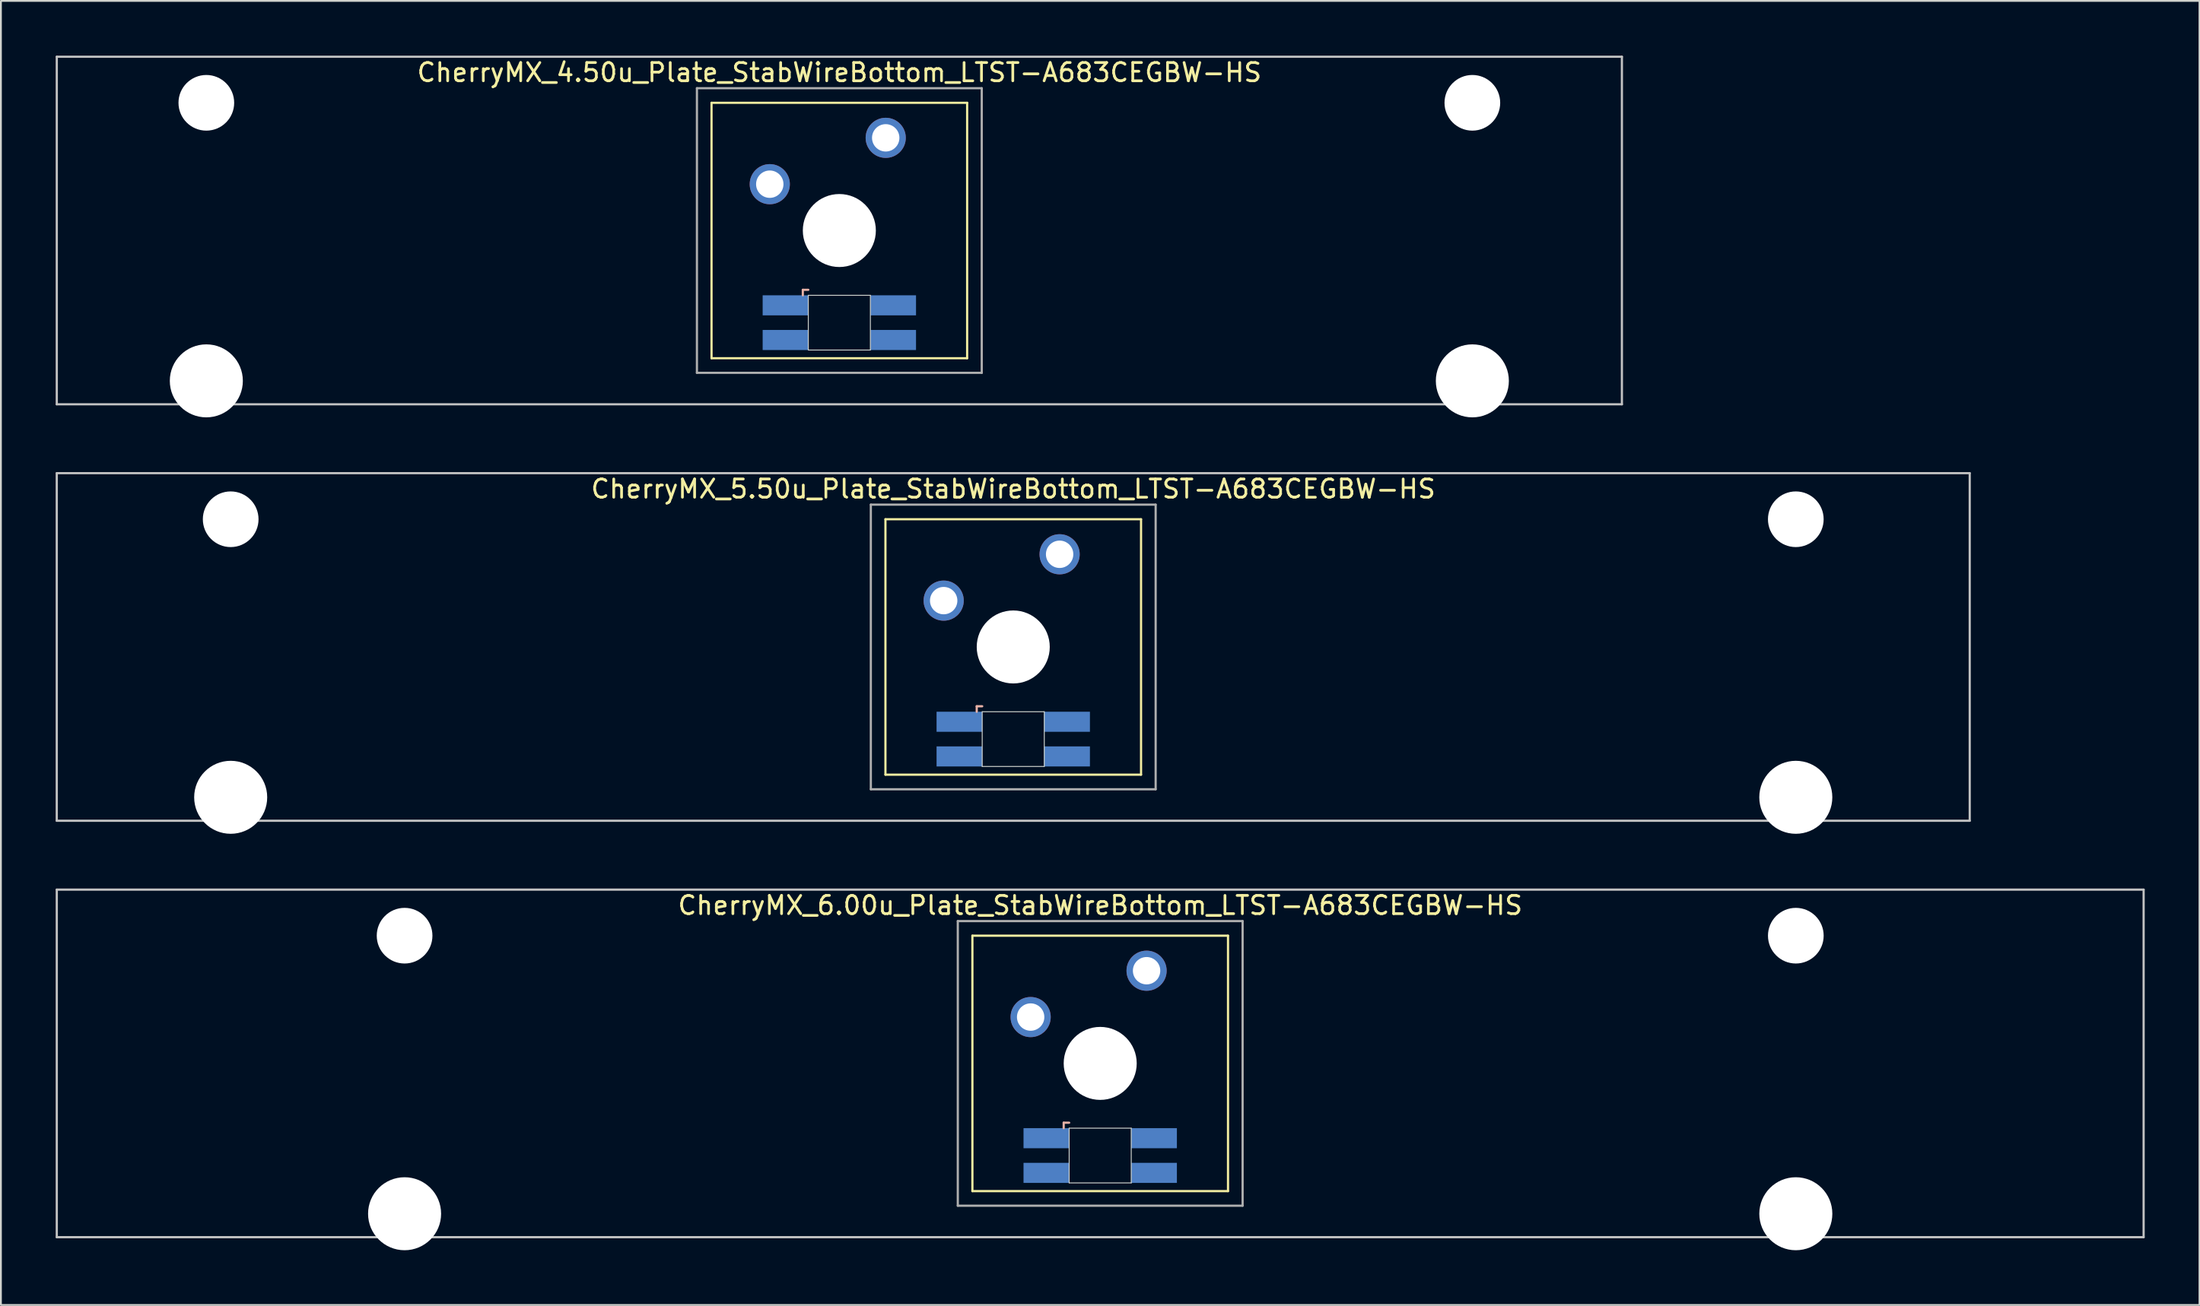
<source format=kicad_pcb>
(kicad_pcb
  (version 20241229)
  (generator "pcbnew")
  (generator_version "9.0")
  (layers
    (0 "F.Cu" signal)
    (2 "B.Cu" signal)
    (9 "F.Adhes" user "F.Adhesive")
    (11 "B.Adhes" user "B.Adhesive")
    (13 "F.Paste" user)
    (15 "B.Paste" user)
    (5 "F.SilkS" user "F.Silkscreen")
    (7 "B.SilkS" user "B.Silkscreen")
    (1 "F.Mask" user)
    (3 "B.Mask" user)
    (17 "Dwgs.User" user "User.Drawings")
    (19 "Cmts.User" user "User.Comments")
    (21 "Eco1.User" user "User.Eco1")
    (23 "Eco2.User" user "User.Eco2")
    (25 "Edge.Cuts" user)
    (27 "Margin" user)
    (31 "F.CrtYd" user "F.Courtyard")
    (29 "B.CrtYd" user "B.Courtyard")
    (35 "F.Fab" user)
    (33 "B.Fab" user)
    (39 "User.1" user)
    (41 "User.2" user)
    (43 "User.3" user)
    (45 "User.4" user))
  (footprint "CherryMX_4.50u_Plate_StabWireBottom_LTST-A683CEGBW-HS"
    (layer "F.Cu")
    (at 42.922 9.585)
    (property "Reference" "CherryMX_4.50u_Plate_StabWireBottom_LTST-A683CEGBW-HS" (at 0 -8.662 0) (layer "F.SilkS") (effects (font (size 1 1) (thickness 0.15))))
    (attr through_hole)
    (fp_line (start -7 -7) (end -7 7) (stroke (width 0.12) (type solid)) (layer "F.SilkS"))
    (fp_line (start -7 -7) (end 7 -7) (stroke (width 0.12) (type solid)) (layer "F.SilkS"))
    (fp_line (start 7 -7) (end 7 7) (stroke (width 0.12) (type solid)) (layer "F.SilkS"))
    (fp_line (start 7 7) (end -7 7) (stroke (width 0.12) (type solid)) (layer "F.SilkS"))
    (fp_line (start -2 3.25) (end -2 3.55) (stroke (width 0.12) (type solid)) (layer "B.SilkS"))
    (fp_line (start -1.7 3.25) (end -2 3.25) (stroke (width 0.12) (type solid)) (layer "B.SilkS"))
    (fp_line (start -42.862 -9.525) (end 42.862 -9.525) (stroke (width 0.12) (type solid)) (layer "Dwgs.User"))
    (fp_line (start -42.862 9.525) (end -42.862 -9.525) (stroke (width 0.12) (type solid)) (layer "Dwgs.User"))
    (fp_line (start 42.862 -9.525) (end 42.862 9.525) (stroke (width 0.12) (type solid)) (layer "Dwgs.User"))
    (fp_line (start 42.862 9.525) (end -42.862 9.525) (stroke (width 0.12) (type solid)) (layer "Dwgs.User"))
    (fp_line (start -1.7 3.55) (end 1.7 3.55) (stroke (width 0.05) (type solid)) (layer "Edge.Cuts"))
    (fp_line (start -1.7 6.55) (end -1.7 3.55) (stroke (width 0.05) (type solid)) (layer "Edge.Cuts"))
    (fp_line (start 1.7 3.55) (end 1.7 6.55) (stroke (width 0.05) (type solid)) (layer "Edge.Cuts"))
    (fp_line (start 1.7 6.55) (end -1.7 6.55) (stroke (width 0.05) (type solid)) (layer "Edge.Cuts"))
    (fp_line (start -7.8 -7.8) (end -7.8 7.8) (stroke (width 0.12) (type solid)) (layer "F.Fab"))
    (fp_line (start -7.8 -7.8) (end 7.8 -7.8) (stroke (width 0.12) (type solid)) (layer "F.Fab"))
    (fp_line (start -7.8 7.8) (end 7.8 7.8) (stroke (width 0.12) (type solid)) (layer "F.Fab"))
    (fp_line (start 7.8 -7.8) (end 7.8 7.8) (stroke (width 0.12) (type solid)) (layer "F.Fab"))
    (pad "" np_thru_hole circle (at -34.671 -7) (size 3.05 3.05) (drill 3.05) (layers "*.Cu" "*.Mask"))
    (pad "" np_thru_hole circle (at -34.671 8.24) (size 4 4) (drill 4) (layers "*.Cu" "*.Mask"))
    (pad "" np_thru_hole circle (at 0 0) (size 4 4) (drill 4) (layers "*.Cu" "*.Mask"))
    (pad "" np_thru_hole circle (at 34.671 -7) (size 3.05 3.05) (drill 3.05) (layers "*.Cu" "*.Mask"))
    (pad "" np_thru_hole circle (at 34.671 8.24) (size 4 4) (drill 4) (layers "*.Cu" "*.Mask"))
    (pad "1" thru_hole circle (at -3.81 -2.54) (size 2.2 2.2) (drill 1.5) (layers "*.Cu" "*.Mask"))
    (pad "2" thru_hole circle (at 2.54 -5.08) (size 2.2 2.2) (drill 1.5) (layers "*.Cu" "*.Mask"))
    (pad "3" smd rect (at -2.95 4.1) (size 2.5 1.1) (layers "B.Cu" "B.Mask" "B.Paste"))
    (pad "4" smd rect (at -2.95 6) (size 2.5 1.1) (layers "B.Cu" "B.Mask" "B.Paste"))
    (pad "5" smd rect (at 2.95 4.1) (size 2.5 1.1) (layers "B.Cu" "B.Mask" "B.Paste"))
    (pad "6" smd rect (at 2.95 6) (size 2.5 1.1) (layers "B.Cu" "B.Mask" "B.Paste")))
  (footprint "CherryMX_5.50u_Plate_StabWireBottom_LTST-A683CEGBW-HS"
    (layer "F.Cu")
    (at 52.447 32.41)
    (property "Reference" "CherryMX_5.50u_Plate_StabWireBottom_LTST-A683CEGBW-HS" (at 0 -8.662 0) (layer "F.SilkS") (effects (font (size 1 1) (thickness 0.15))))
    (attr through_hole)
    (fp_line (start -7 -7) (end -7 7) (stroke (width 0.12) (type solid)) (layer "F.SilkS"))
    (fp_line (start -7 -7) (end 7 -7) (stroke (width 0.12) (type solid)) (layer "F.SilkS"))
    (fp_line (start 7 -7) (end 7 7) (stroke (width 0.12) (type solid)) (layer "F.SilkS"))
    (fp_line (start 7 7) (end -7 7) (stroke (width 0.12) (type solid)) (layer "F.SilkS"))
    (fp_line (start -2 3.25) (end -2 3.55) (stroke (width 0.12) (type solid)) (layer "B.SilkS"))
    (fp_line (start -1.7 3.25) (end -2 3.25) (stroke (width 0.12) (type solid)) (layer "B.SilkS"))
    (fp_line (start -52.388 -9.525) (end 52.388 -9.525) (stroke (width 0.12) (type solid)) (layer "Dwgs.User"))
    (fp_line (start -52.388 9.525) (end -52.388 -9.525) (stroke (width 0.12) (type solid)) (layer "Dwgs.User"))
    (fp_line (start 52.388 -9.525) (end 52.388 9.525) (stroke (width 0.12) (type solid)) (layer "Dwgs.User"))
    (fp_line (start 52.388 9.525) (end -52.388 9.525) (stroke (width 0.12) (type solid)) (layer "Dwgs.User"))
    (fp_line (start -1.7 3.55) (end 1.7 3.55) (stroke (width 0.05) (type solid)) (layer "Edge.Cuts"))
    (fp_line (start -1.7 6.55) (end -1.7 3.55) (stroke (width 0.05) (type solid)) (layer "Edge.Cuts"))
    (fp_line (start 1.7 3.55) (end 1.7 6.55) (stroke (width 0.05) (type solid)) (layer "Edge.Cuts"))
    (fp_line (start 1.7 6.55) (end -1.7 6.55) (stroke (width 0.05) (type solid)) (layer "Edge.Cuts"))
    (fp_line (start -7.8 -7.8) (end -7.8 7.8) (stroke (width 0.12) (type solid)) (layer "F.Fab"))
    (fp_line (start -7.8 -7.8) (end 7.8 -7.8) (stroke (width 0.12) (type solid)) (layer "F.Fab"))
    (fp_line (start -7.8 7.8) (end 7.8 7.8) (stroke (width 0.12) (type solid)) (layer "F.Fab"))
    (fp_line (start 7.8 -7.8) (end 7.8 7.8) (stroke (width 0.12) (type solid)) (layer "F.Fab"))
    (pad "" np_thru_hole circle (at -42.862 -7) (size 3.05 3.05) (drill 3.05) (layers "*.Cu" "*.Mask"))
    (pad "" np_thru_hole circle (at -42.862 8.24) (size 4 4) (drill 4) (layers "*.Cu" "*.Mask"))
    (pad "" np_thru_hole circle (at 0 0) (size 4 4) (drill 4) (layers "*.Cu" "*.Mask"))
    (pad "" np_thru_hole circle (at 42.862 -7) (size 3.05 3.05) (drill 3.05) (layers "*.Cu" "*.Mask"))
    (pad "" np_thru_hole circle (at 42.862 8.24) (size 4 4) (drill 4) (layers "*.Cu" "*.Mask"))
    (pad "1" thru_hole circle (at -3.81 -2.54) (size 2.2 2.2) (drill 1.5) (layers "*.Cu" "*.Mask"))
    (pad "2" thru_hole circle (at 2.54 -5.08) (size 2.2 2.2) (drill 1.5) (layers "*.Cu" "*.Mask"))
    (pad "3" smd rect (at -2.95 4.1) (size 2.5 1.1) (layers "B.Cu" "B.Mask" "B.Paste"))
    (pad "4" smd rect (at -2.95 6) (size 2.5 1.1) (layers "B.Cu" "B.Mask" "B.Paste"))
    (pad "5" smd rect (at 2.95 4.1) (size 2.5 1.1) (layers "B.Cu" "B.Mask" "B.Paste"))
    (pad "6" smd rect (at 2.95 6) (size 2.5 1.1) (layers "B.Cu" "B.Mask" "B.Paste")))
  (footprint "CherryMX_6.00u_Plate_StabWireBottom_LTST-A683CEGBW-HS"
    (layer "F.Cu")
    (at 57.21 55.235)
    (property "Reference" "CherryMX_6.00u_Plate_StabWireBottom_LTST-A683CEGBW-HS" (at 0 -8.662 0) (layer "F.SilkS") (effects (font (size 1 1) (thickness 0.15))))
    (attr through_hole)
    (fp_line (start -7 -7) (end -7 7) (stroke (width 0.12) (type solid)) (layer "F.SilkS"))
    (fp_line (start -7 -7) (end 7 -7) (stroke (width 0.12) (type solid)) (layer "F.SilkS"))
    (fp_line (start 7 -7) (end 7 7) (stroke (width 0.12) (type solid)) (layer "F.SilkS"))
    (fp_line (start 7 7) (end -7 7) (stroke (width 0.12) (type solid)) (layer "F.SilkS"))
    (fp_line (start -2 3.25) (end -2 3.55) (stroke (width 0.12) (type solid)) (layer "B.SilkS"))
    (fp_line (start -1.7 3.25) (end -2 3.25) (stroke (width 0.12) (type solid)) (layer "B.SilkS"))
    (fp_line (start -57.15 -9.525) (end 57.15 -9.525) (stroke (width 0.12) (type solid)) (layer "Dwgs.User"))
    (fp_line (start -57.15 9.525) (end -57.15 -9.525) (stroke (width 0.12) (type solid)) (layer "Dwgs.User"))
    (fp_line (start 57.15 -9.525) (end 57.15 9.525) (stroke (width 0.12) (type solid)) (layer "Dwgs.User"))
    (fp_line (start 57.15 9.525) (end -57.15 9.525) (stroke (width 0.12) (type solid)) (layer "Dwgs.User"))
    (fp_line (start -1.7 3.55) (end 1.7 3.55) (stroke (width 0.05) (type solid)) (layer "Edge.Cuts"))
    (fp_line (start -1.7 6.55) (end -1.7 3.55) (stroke (width 0.05) (type solid)) (layer "Edge.Cuts"))
    (fp_line (start 1.7 3.55) (end 1.7 6.55) (stroke (width 0.05) (type solid)) (layer "Edge.Cuts"))
    (fp_line (start 1.7 6.55) (end -1.7 6.55) (stroke (width 0.05) (type solid)) (layer "Edge.Cuts"))
    (fp_line (start -7.8 -7.8) (end -7.8 7.8) (stroke (width 0.12) (type solid)) (layer "F.Fab"))
    (fp_line (start -7.8 -7.8) (end 7.8 -7.8) (stroke (width 0.12) (type solid)) (layer "F.Fab"))
    (fp_line (start -7.8 7.8) (end 7.8 7.8) (stroke (width 0.12) (type solid)) (layer "F.Fab"))
    (fp_line (start 7.8 -7.8) (end 7.8 7.8) (stroke (width 0.12) (type solid)) (layer "F.Fab"))
    (pad "" np_thru_hole circle (at -38.1 -7) (size 3.05 3.05) (drill 3.05) (layers "*.Cu" "*.Mask"))
    (pad "" np_thru_hole circle (at -38.1 8.24) (size 4 4) (drill 4) (layers "*.Cu" "*.Mask"))
    (pad "" np_thru_hole circle (at 0 0) (size 4 4) (drill 4) (layers "*.Cu" "*.Mask"))
    (pad "" np_thru_hole circle (at 38.1 -7) (size 3.05 3.05) (drill 3.05) (layers "*.Cu" "*.Mask"))
    (pad "" np_thru_hole circle (at 38.1 8.24) (size 4 4) (drill 4) (layers "*.Cu" "*.Mask"))
    (pad "1" thru_hole circle (at -3.81 -2.54) (size 2.2 2.2) (drill 1.5) (layers "*.Cu" "*.Mask"))
    (pad "2" thru_hole circle (at 2.54 -5.08) (size 2.2 2.2) (drill 1.5) (layers "*.Cu" "*.Mask"))
    (pad "3" smd rect (at -2.95 4.1) (size 2.5 1.1) (layers "B.Cu" "B.Mask" "B.Paste"))
    (pad "4" smd rect (at -2.95 6) (size 2.5 1.1) (layers "B.Cu" "B.Mask" "B.Paste"))
    (pad "5" smd rect (at 2.95 4.1) (size 2.5 1.1) (layers "B.Cu" "B.Mask" "B.Paste"))
    (pad "6" smd rect (at 2.95 6) (size 2.5 1.1) (layers "B.Cu" "B.Mask" "B.Paste")))
  (gr_rect
    (start -3 -3)
    (end 117.42 68.475)
    (stroke (width 0.1) (type default))
    (fill no)
    (layer "Edge.Cuts")))
</source>
